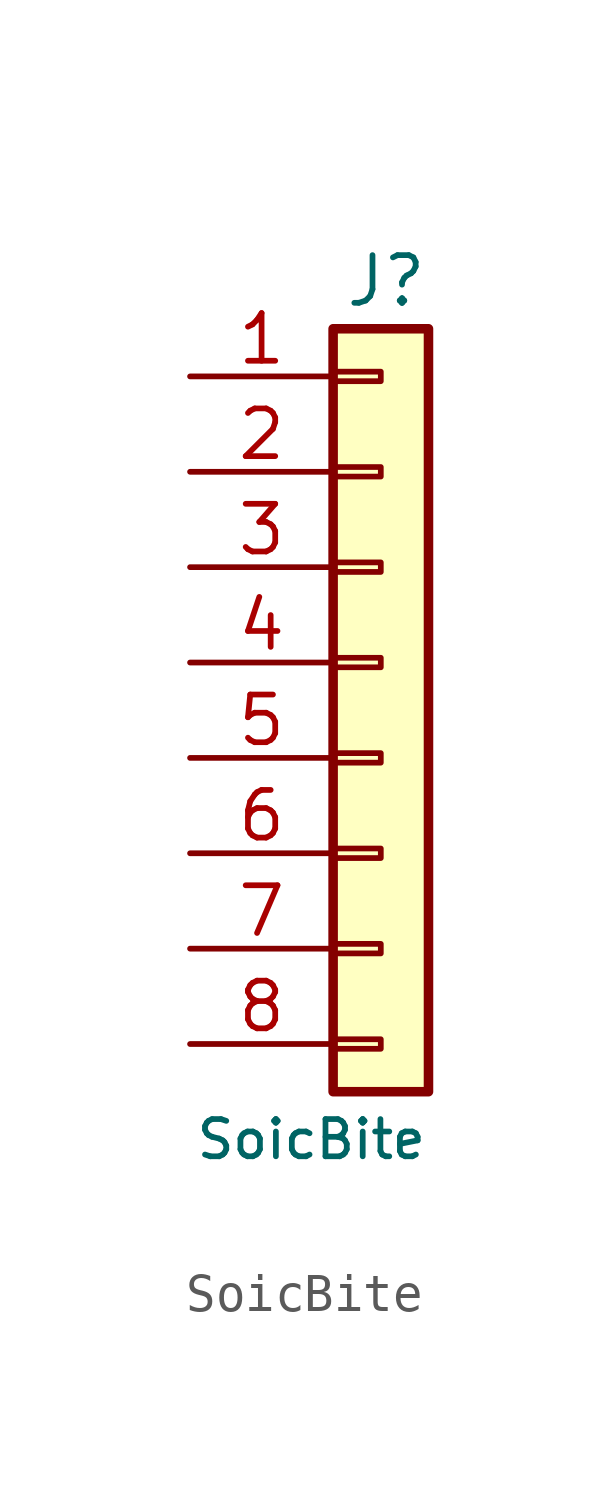
<source format=kicad_sym>
(kicad_symbol_lib
  (version 20241209)
  (generator "kicad_symbol_editor")
  (generator_version "9.0")
  (symbol "SoicBite"
    (pin_names
      (offset 1.016)
      (hide yes))
    (property "Reference" "J"
      (at 2.54 2.54 0)
      (effects (font (size 1.27 1.27)) (justify right)))
    (property "Value" "SoicBite"
      (at 2.54 -20.32 0)
      (effects (font (size 0.991 0.991)) (justify right)))
    (symbol "SoicBite_1_1"
      (rectangle (start 0 1.27) (end 2.54 -19.05) (stroke (width 0.254) (type default)) (fill (type background)))
      (rectangle (start 0 0.127) (end 1.27 -0.127) (stroke (width 0.152) (type default)) (fill (type none)))
      (rectangle (start 0 -2.413) (end 1.27 -2.667) (stroke (width 0.152) (type default)) (fill (type none)))
      (rectangle (start 0 -4.953) (end 1.27 -5.207) (stroke (width 0.152) (type default)) (fill (type none)))
      (rectangle (start 0 -7.493) (end 1.27 -7.747) (stroke (width 0.152) (type default)) (fill (type none)))
      (rectangle (start 0 -10.033) (end 1.27 -10.287) (stroke (width 0.152) (type default)) (fill (type none)))
      (rectangle (start 0 -12.573) (end 1.27 -12.827) (stroke (width 0.152) (type default)) (fill (type none)))
      (rectangle (start 0 -15.113) (end 1.27 -15.367) (stroke (width 0.152) (type default)) (fill (type none)))
      (rectangle (start 0 -17.653) (end 1.27 -17.907) (stroke (width 0.152) (type default)) (fill (type none)))
      (pin passive line (at -3.81 0 0) (length 3.81) (name "Pin_1" (effects (font (size 1.27 1.27)))) (number "1" (effects (font (size 1.27 1.27)))))
      (pin passive line (at -3.81 -2.54 0) (length 3.81) (name "Pin_2" (effects (font (size 1.27 1.27)))) (number "2" (effects (font (size 1.27 1.27)))))
      (pin passive line (at -3.81 -5.08 0) (length 3.81) (name "Pin_3" (effects (font (size 1.27 1.27)))) (number "3" (effects (font (size 1.27 1.27)))))
      (pin passive line (at -3.81 -7.62 0) (length 3.81) (name "Pin_4" (effects (font (size 1.27 1.27)))) (number "4" (effects (font (size 1.27 1.27)))))
      (pin passive line (at -3.81 -10.16 0) (length 3.81) (name "Pin_5" (effects (font (size 1.27 1.27)))) (number "5" (effects (font (size 1.27 1.27)))))
      (pin passive line (at -3.81 -12.7 0) (length 3.81) (name "Pin_6" (effects (font (size 1.27 1.27)))) (number "6" (effects (font (size 1.27 1.27)))))
      (pin passive line (at -3.81 -15.24 0) (length 3.81) (name "Pin_7" (effects (font (size 1.27 1.27)))) (number "7" (effects (font (size 1.27 1.27)))))
      (pin passive line (at -3.81 -17.78 0) (length 3.81) (name "Pin_8" (effects (font (size 1.27 1.27)))) (number "8" (effects (font (size 1.27 1.27))))))))
</source>
